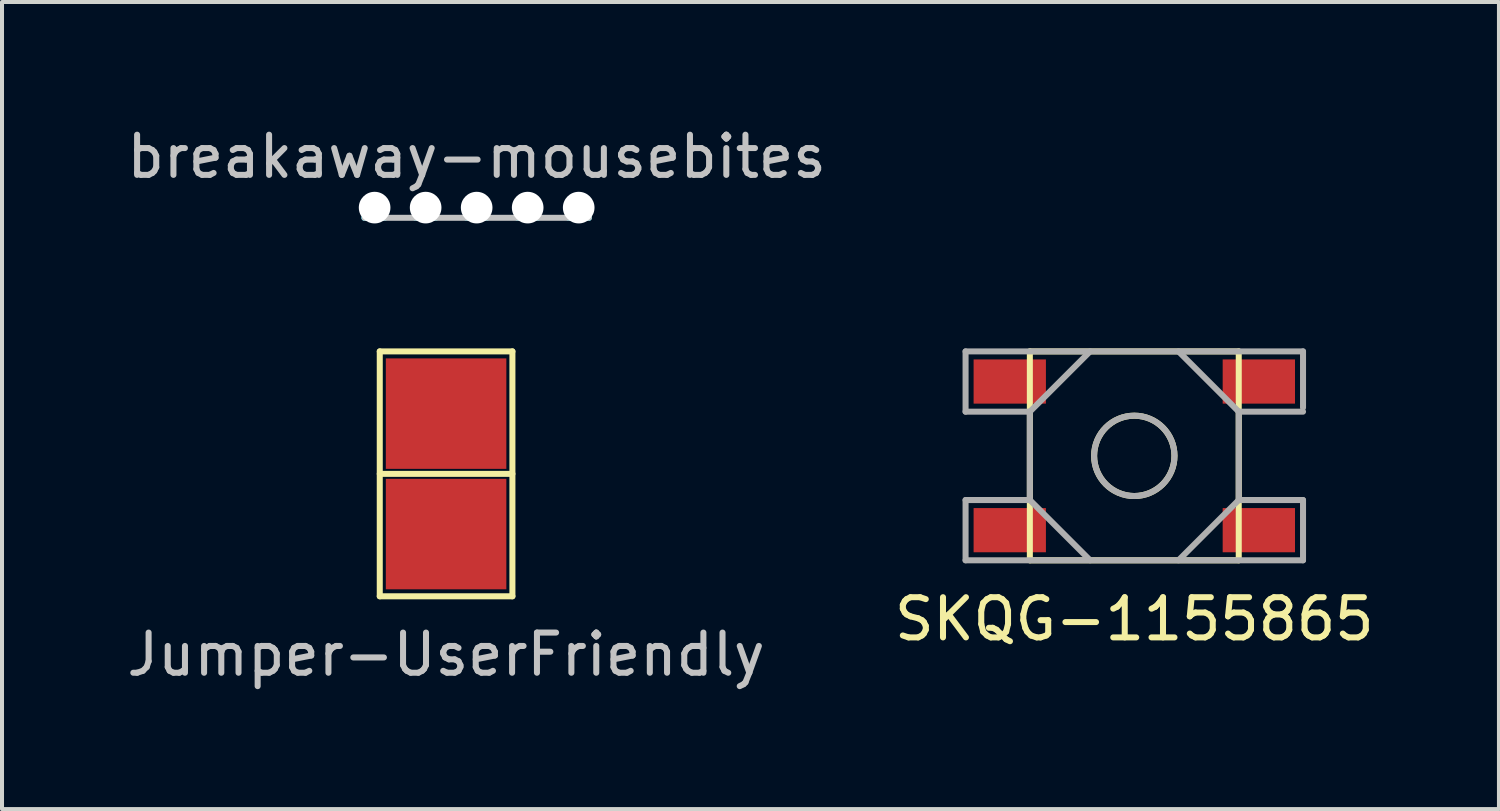
<source format=kicad_pcb>
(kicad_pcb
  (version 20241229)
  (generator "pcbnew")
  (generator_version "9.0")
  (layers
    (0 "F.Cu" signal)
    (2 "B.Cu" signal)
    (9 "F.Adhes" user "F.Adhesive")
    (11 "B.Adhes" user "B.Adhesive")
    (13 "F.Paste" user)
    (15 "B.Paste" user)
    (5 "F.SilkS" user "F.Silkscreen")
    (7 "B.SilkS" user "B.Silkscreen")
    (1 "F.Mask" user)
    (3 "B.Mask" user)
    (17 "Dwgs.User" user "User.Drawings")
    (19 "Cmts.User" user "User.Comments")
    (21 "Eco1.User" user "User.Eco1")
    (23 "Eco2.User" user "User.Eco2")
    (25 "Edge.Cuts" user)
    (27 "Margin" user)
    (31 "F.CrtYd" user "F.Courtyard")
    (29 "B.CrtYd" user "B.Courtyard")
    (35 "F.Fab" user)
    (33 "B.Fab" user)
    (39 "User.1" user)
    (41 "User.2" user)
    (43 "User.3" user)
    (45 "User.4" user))
  (footprint "Jumper-UserFriendly"
    (layer "F.Cu")
    (at 8.054 8.745)
    (property "Reference" "Jumper-UserFriendly" (at 0 4.496 0) (layer "Dwgs.User") (effects (font (size 1 1) (thickness 0.15))))
    (attr exclude_from_pos_files exclude_from_bom)
    (fp_line (start -1.651 -3.048) (end 1.651 -3.048) (stroke (width 0.15) (type solid)) (layer "F.SilkS"))
    (fp_line (start -1.651 0) (end 1.651 0) (stroke (width 0.15) (type solid)) (layer "F.SilkS"))
    (fp_line (start -1.651 3.048) (end -1.651 -3.048) (stroke (width 0.15) (type solid)) (layer "F.SilkS"))
    (fp_line (start 1.651 -3.048) (end 1.651 3.048) (stroke (width 0.15) (type solid)) (layer "F.SilkS"))
    (fp_line (start 1.651 3.048) (end -1.651 3.048) (stroke (width 0.15) (type solid)) (layer "F.SilkS"))
    (pad "1" smd rect (at 0 -1.499) (size 3 2.75) (layers "F.Cu" "F.Mask"))
    (pad "2" smd rect (at 0 1.499) (size 3 2.75) (layers "F.Cu" "F.Mask")))
  (footprint "breakaway-mousebites"
    (layer "F.Cu")
    (at 8.815 2.372)
    (property "Reference" "breakaway-mousebites" (at 0 -1.524 0) (layer "Dwgs.User") (effects (font (size 1 1) (thickness 0.15))))
    (attr through_hole)
    (fp_line (start -2.794 0) (end 2.794 0) (stroke (width 0.15) (type solid)) (layer "Dwgs.User"))
    (fp_line (start -2.286 0) (end -2.794 0) (stroke (width 0.15) (type solid)) (layer "B.CrtYd"))
    (fp_line (start -1.016 0) (end -1.524 0) (stroke (width 0.15) (type solid)) (layer "B.CrtYd"))
    (fp_line (start 0.254 0) (end -0.254 0) (stroke (width 0.15) (type solid)) (layer "B.CrtYd"))
    (fp_line (start 1.016 0) (end 1.524 0) (stroke (width 0.15) (type solid)) (layer "B.CrtYd"))
    (fp_line (start 2.286 0) (end 2.794 0) (stroke (width 0.15) (type solid)) (layer "B.CrtYd"))
    (pad "" np_thru_hole circle (at -2.54 -0.254) (size 0.787 0.787) (drill 0.787) (layers "*.Cu" "*.Mask"))
    (pad "" np_thru_hole circle (at -1.27 -0.254) (size 0.787 0.787) (drill 0.787) (layers "*.Cu" "*.Mask"))
    (pad "" np_thru_hole circle (at 0 -0.254) (size 0.787 0.787) (drill 0.787) (layers "*.Cu" "*.Mask"))
    (pad "" np_thru_hole circle (at 1.27 -0.254) (size 0.787 0.787) (drill 0.787) (layers "*.Cu" "*.Mask"))
    (pad "" np_thru_hole circle (at 2.54 -0.254) (size 0.787 0.787) (drill 0.787) (layers "*.Cu" "*.Mask")))
  (footprint "SKQG-1155865"
    (layer "F.Cu")
    (at 25.185 8.297)
    (property "Reference" "SKQG-1155865" (at 0 4.064 0) (layer "F.SilkS") (effects (font (size 1 1) (thickness 0.15))))
    (attr through_hole)
    (fp_line (start -2.6 -2.6) (end 2.6 -2.6) (stroke (width 0.15) (type solid)) (layer "F.SilkS"))
    (fp_line (start -2.6 2.6) (end -2.6 -2.6) (stroke (width 0.15) (type solid)) (layer "F.SilkS"))
    (fp_line (start 2.6 -2.6) (end 2.6 2.6) (stroke (width 0.15) (type solid)) (layer "F.SilkS"))
    (fp_line (start 2.6 2.6) (end -2.6 2.6) (stroke (width 0.15) (type solid)) (layer "F.SilkS"))
    (fp_circle (center 0 0) (end 1 0) (stroke (width 0.15) (type solid)) (fill no) (layer "F.SilkS"))
    (fp_line (start -4.2 -2.6) (end 4.2 -2.6) (stroke (width 0.15) (type solid)) (layer "F.Fab"))
    (fp_line (start -4.2 -1.1) (end -4.2 -2.6) (stroke (width 0.15) (type solid)) (layer "F.Fab"))
    (fp_line (start -4.2 1.1) (end -2.6 1.1) (stroke (width 0.15) (type solid)) (layer "F.Fab"))
    (fp_line (start -4.2 2.6) (end -4.2 1.1) (stroke (width 0.15) (type solid)) (layer "F.Fab"))
    (fp_line (start -2.6 -1.1) (end -4.2 -1.1) (stroke (width 0.15) (type solid)) (layer "F.Fab"))
    (fp_line (start -2.6 -1.1) (end -1.1 -2.6) (stroke (width 0.15) (type solid)) (layer "F.Fab"))
    (fp_line (start -2.6 1.1) (end -2.6 -1.1) (stroke (width 0.15) (type solid)) (layer "F.Fab"))
    (fp_line (start -2.6 1.1) (end -1.1 2.6) (stroke (width 0.15) (type solid)) (layer "F.Fab"))
    (fp_line (start 2.6 -1.1) (end 1.1 -2.6) (stroke (width 0.15) (type solid)) (layer "F.Fab"))
    (fp_line (start 2.6 -1.1) (end 2.6 1.1) (stroke (width 0.15) (type solid)) (layer "F.Fab"))
    (fp_line (start 2.6 1.1) (end 1.1 2.6) (stroke (width 0.15) (type solid)) (layer "F.Fab"))
    (fp_line (start 2.6 1.1) (end 4.2 1.1) (stroke (width 0.15) (type solid)) (layer "F.Fab"))
    (fp_line (start 4.2 -2.6) (end 4.2 -1.2) (stroke (width 0.15) (type solid)) (layer "F.Fab"))
    (fp_line (start 4.2 -1.1) (end 2.6 -1.1) (stroke (width 0.15) (type solid)) (layer "F.Fab"))
    (fp_line (start 4.2 1.1) (end 4.2 2.6) (stroke (width 0.15) (type solid)) (layer "F.Fab"))
    (fp_line (start 4.2 2.6) (end -4.2 2.6) (stroke (width 0.15) (type solid)) (layer "F.Fab"))
    (fp_circle (center 0 0) (end 1 0) (stroke (width 0.15) (type solid)) (fill no) (layer "F.Fab"))
    (pad "1" smd rect (at 3.1 1.85) (size 1.8 1.1) (layers "F.Cu" "F.Mask" "F.Paste"))
    (pad "2" smd rect (at -3.1 -1.85) (size 1.8 1.1) (layers "F.Cu" "F.Mask" "F.Paste"))
    (pad "3" smd rect (at 3.1 -1.85) (size 1.8 1.1) (layers "F.Cu" "F.Mask" "F.Paste"))
    (pad "4" smd rect (at -3.1 1.85) (size 1.8 1.1) (layers "F.Cu" "F.Mask" "F.Paste")))
  (gr_rect
    (start -3 -3)
    (end 34.262 17.089)
    (stroke (width 0.1) (type default))
    (fill no)
    (layer "Edge.Cuts")))
</source>
